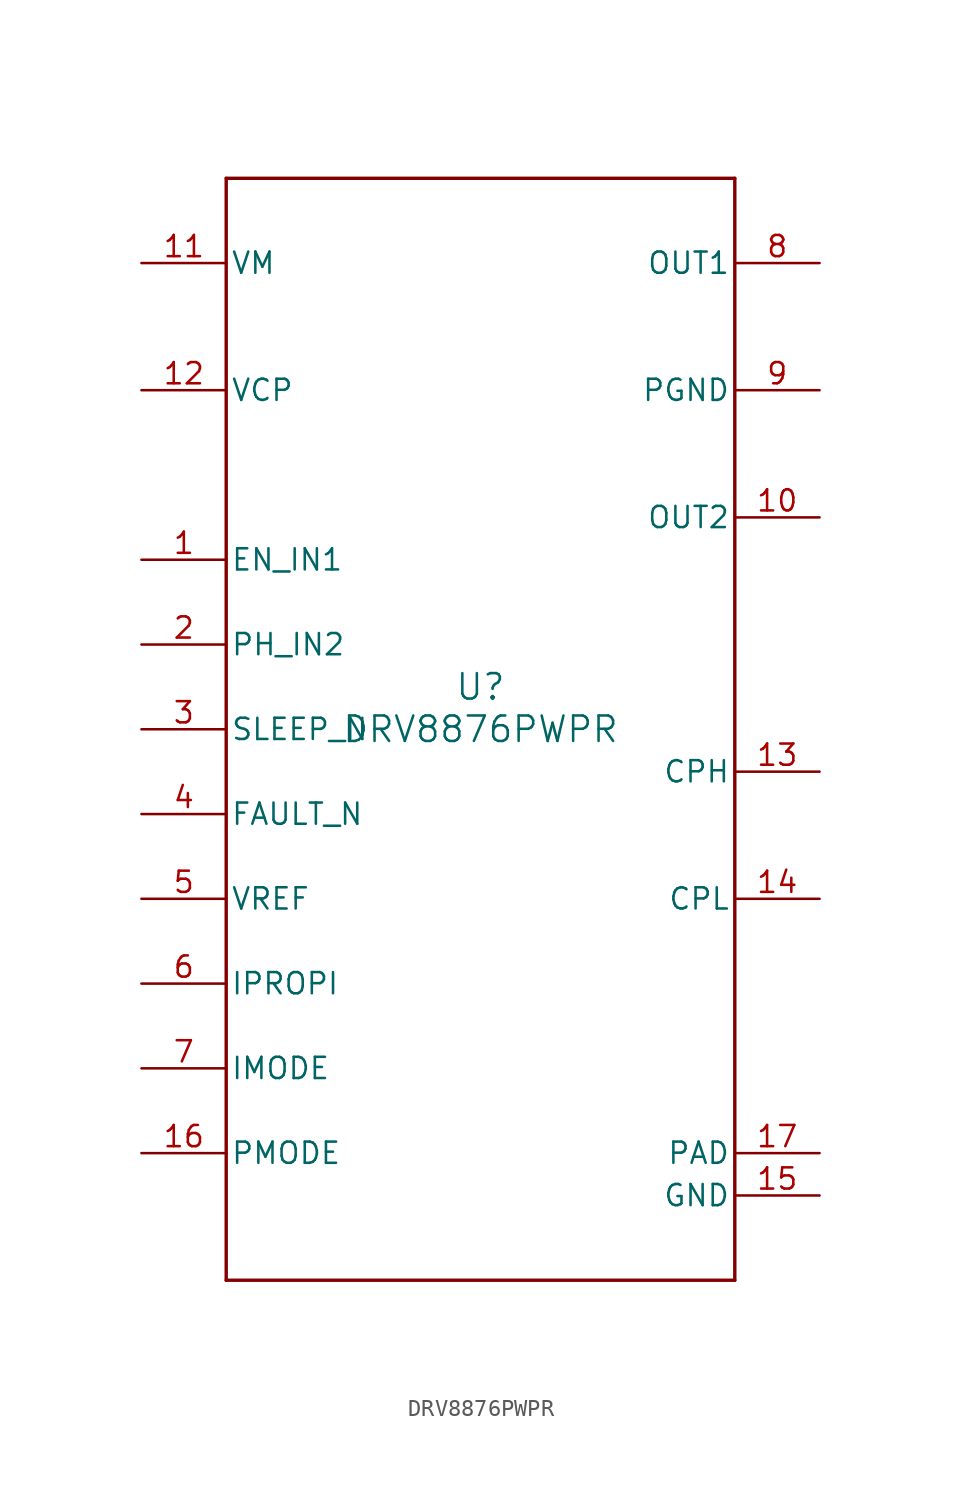
<source format=kicad_sym>
(kicad_symbol_lib
  (version 20211014)
  (generator kicad_symbol_editor)
  (symbol "DRV8876PWPR"
    (pin_names
      (offset 0.254))
    (property "Reference" "U"
      (at 0 2.54 0)
      (effects (font (size 1.524 1.524))))
    (property "Value" "DRV8876PWPR"
      (at 0 0 0)
      (effects (font (size 1.524 1.524))))
    (symbol "DRV8876PWPR_0_1"
      (polyline (pts (xy -15.24 -33.02) (xy 15.24 -33.02)) (stroke (width 0.203) (type default) (color 0 0 0 0)) (fill (type none)))
      (polyline (pts (xy 15.24 -33.02) (xy 15.24 33.02)) (stroke (width 0.203) (type default) (color 0 0 0 0)) (fill (type none)))
      (polyline (pts (xy 15.24 33.02) (xy -15.24 33.02)) (stroke (width 0.203) (type default) (color 0 0 0 0)) (fill (type none)))
      (polyline (pts (xy -15.24 33.02) (xy -15.24 -33.02)) (stroke (width 0.203) (type default) (color 0 0 0 0)) (fill (type none)))
      (pin input line (at -20.32 10.16 0) (length 5.08) (name "EN_IN1" (effects (font (size 1.27 1.27)))) (number "1" (effects (font (size 1.27 1.27)))))
      (pin input line (at -20.32 5.08 0) (length 5.08) (name "PH_IN2" (effects (font (size 1.27 1.27)))) (number "2" (effects (font (size 1.27 1.27)))))
      (pin input line (at -20.32 0 0) (length 5.08) (name "SLEEP_N" (effects (font (size 1.27 1.27)))) (number "3" (effects (font (size 1.27 1.27)))))
      (pin open_collector line (at -20.32 -5.08 0) (length 5.08) (name "FAULT_N" (effects (font (size 1.27 1.27)))) (number "4" (effects (font (size 1.27 1.27)))))
      (pin power_in line (at -20.32 -10.16 0) (length 5.08) (name "VREF" (effects (font (size 1.27 1.27)))) (number "5" (effects (font (size 1.27 1.27)))))
      (pin output line (at -20.32 -15.24 0) (length 5.08) (name "IPROPI" (effects (font (size 1.27 1.27)))) (number "6" (effects (font (size 1.27 1.27)))))
      (pin input line (at -20.32 -20.32 0) (length 5.08) (name "IMODE" (effects (font (size 1.27 1.27)))) (number "7" (effects (font (size 1.27 1.27)))))
      (pin output line (at 20.32 27.94 180) (length 5.08) (name "OUT1" (effects (font (size 1.27 1.27)))) (number "8" (effects (font (size 1.27 1.27)))))
      (pin power_in line (at 20.32 20.32 180) (length 5.08) (name "PGND" (effects (font (size 1.27 1.27)))) (number "9" (effects (font (size 1.27 1.27)))))
      (pin output line (at 20.32 12.7 180) (length 5.08) (name "OUT2" (effects (font (size 1.27 1.27)))) (number "10" (effects (font (size 1.27 1.27)))))
      (pin power_in line (at -20.32 27.94 0) (length 5.08) (name "VM" (effects (font (size 1.27 1.27)))) (number "11" (effects (font (size 1.27 1.27)))))
      (pin power_in line (at -20.32 20.32 0) (length 5.08) (name "VCP" (effects (font (size 1.27 1.27)))) (number "12" (effects (font (size 1.27 1.27)))))
      (pin power_in line (at 20.32 -2.54 180) (length 5.08) (name "CPH" (effects (font (size 1.27 1.27)))) (number "13" (effects (font (size 1.27 1.27)))))
      (pin power_in line (at 20.32 -10.16 180) (length 5.08) (name "CPL" (effects (font (size 1.27 1.27)))) (number "14" (effects (font (size 1.27 1.27)))))
      (pin power_in line (at 20.32 -27.94 180) (length 5.08) (name "GND" (effects (font (size 1.27 1.27)))) (number "15" (effects (font (size 1.27 1.27)))))
      (pin input line (at -20.32 -25.4 0) (length 5.08) (name "PMODE" (effects (font (size 1.27 1.27)))) (number "16" (effects (font (size 1.27 1.27)))))
      (pin power_in line (at 20.32 -25.4 180) (length 5.08) (name "PAD" (effects (font (size 1.27 1.27)))) (number "17" (effects (font (size 1.27 1.27))))))))
</source>
